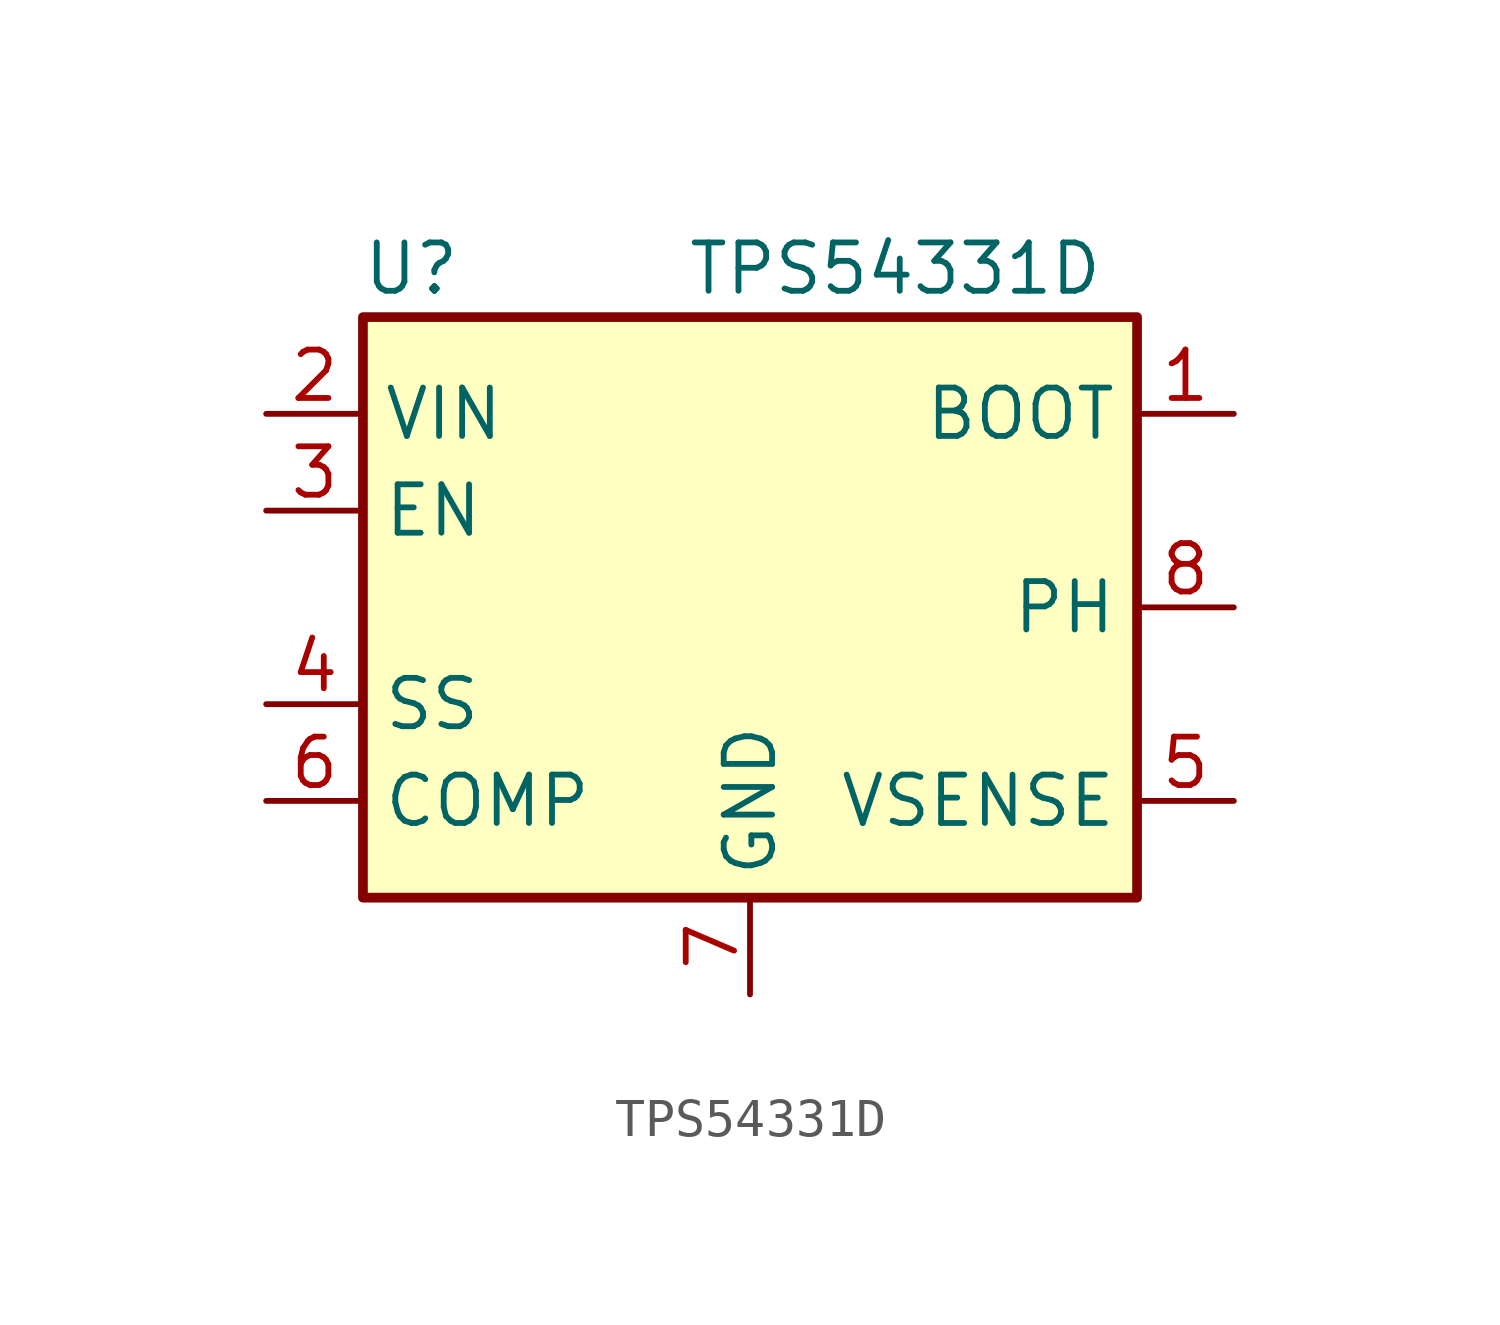
<source format=kicad_sym>
(kicad_symbol_lib
  (version 20211014)
  (generator kicad_symbol_editor)
  (symbol "TPS54331D"
    (property "Reference" "U"
      (at -8.89 8.89 0)
      (effects (font (size 1.27 1.27))))
    (property "Value" "TPS54331D"
      (at 3.81 8.89 0)
      (effects (font (size 1.27 1.27))))
    (symbol "TPS54331D_1_1"
      (rectangle (start -10.16 7.62) (end 10.16 -7.62) (stroke (width 0.254) (type default) (color 0 0 0 0)) (fill (type background)))
      (pin passive line (at 12.7 5.08 180) (length 2.54) (name "BOOT" (effects (font (size 1.27 1.27)))) (number "1" (effects (font (size 1.27 1.27)))))
      (pin power_in line (at -12.7 5.08 0) (length 2.54) (name "VIN" (effects (font (size 1.27 1.27)))) (number "2" (effects (font (size 1.27 1.27)))))
      (pin input line (at -12.7 2.54 0) (length 2.54) (name "EN" (effects (font (size 1.27 1.27)))) (number "3" (effects (font (size 1.27 1.27)))))
      (pin passive line (at -12.7 -2.54 0) (length 2.54) (name "SS" (effects (font (size 1.27 1.27)))) (number "4" (effects (font (size 1.27 1.27)))))
      (pin input line (at 12.7 -5.08 180) (length 2.54) (name "VSENSE" (effects (font (size 1.27 1.27)))) (number "5" (effects (font (size 1.27 1.27)))))
      (pin passive line (at -12.7 -5.08 0) (length 2.54) (name "COMP" (effects (font (size 1.27 1.27)))) (number "6" (effects (font (size 1.27 1.27)))))
      (pin power_in line (at 0 -10.16 90) (length 2.54) (name "GND" (effects (font (size 1.27 1.27)))) (number "7" (effects (font (size 1.27 1.27)))))
      (pin output line (at 12.7 0 180) (length 2.54) (name "PH" (effects (font (size 1.27 1.27)))) (number "8" (effects (font (size 1.27 1.27))))))))
</source>
